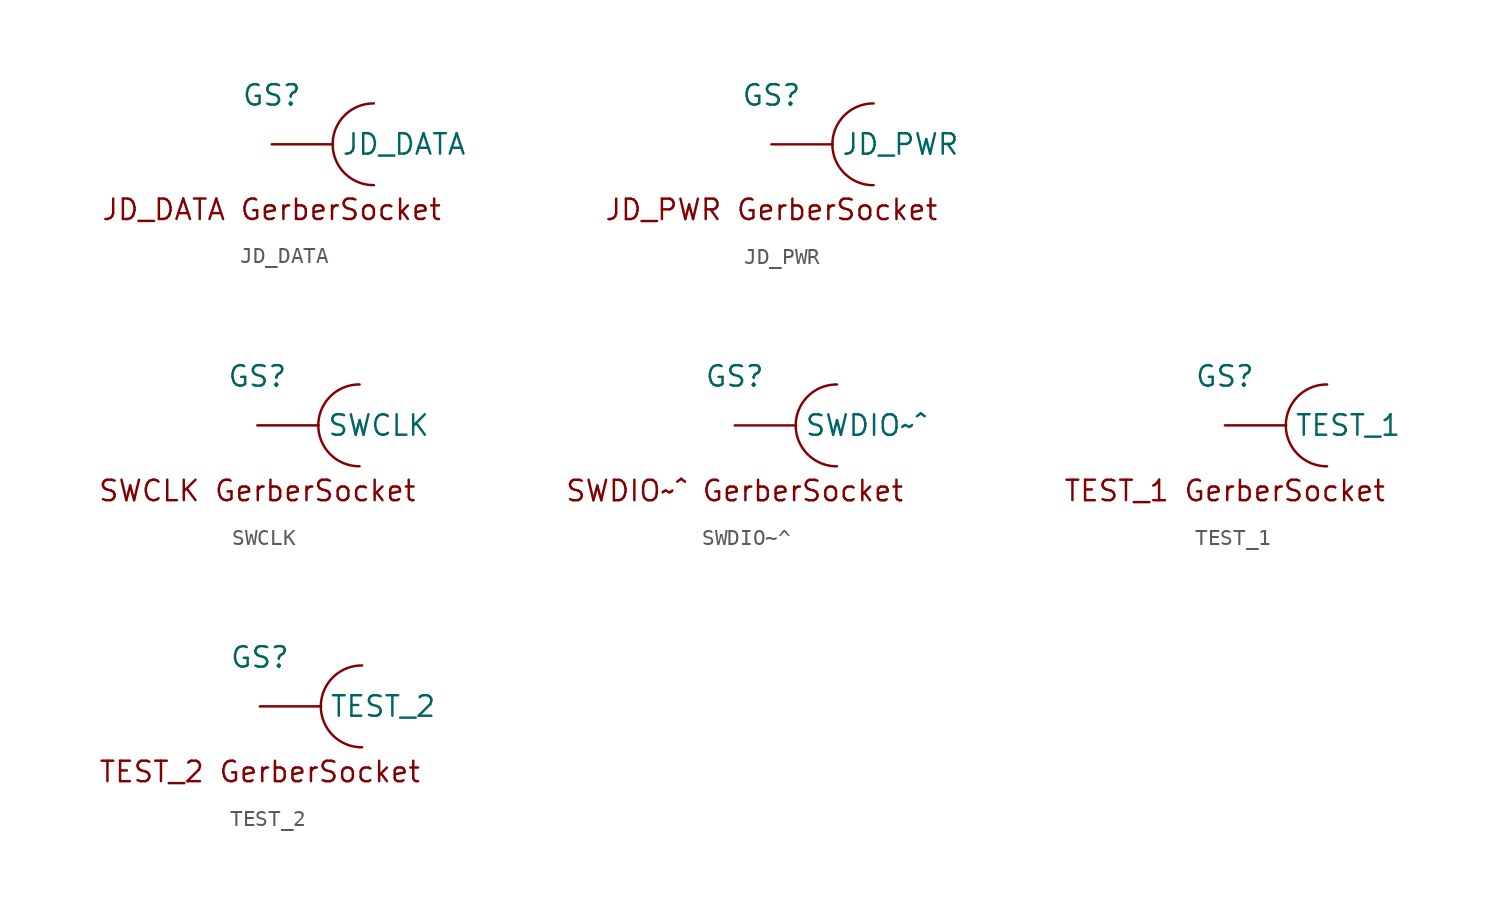
<source format=kicad_sym>
(kicad_symbol_lib
  (version 20241209)
  (generator "GerberSockets_generator")
  (generator_version "0.1")
  (symbol "JD_DATA"
    (pin_numbers
      (hide yes))
    (property "Reference" "GS"
      (at 0 3.048 0)
      (do_not_autoplace)
      (effects (font (size 1.27 1.27))))
    (symbol "JD_DATA_0_1"
      (arc (start 6.35 -2.54) (mid 3.7874 0) (end 6.35 2.54) (stroke (width 0) (type default)) (fill (type none))))
    (symbol "JD_DATA_1_1"
      (text "JD_DATA GerberSocket" (at 0 -4.064 0) (effects (font (size 1.27 1.27))))
      (pin bidirectional line (at 0 0 0) (length 3.81) (name "JD_DATA" (effects (font (size 1.27 1.27)))) (number "1" (effects (font (size 1.27 1.27)))))))
  (symbol "JD_PWR"
    (pin_numbers
      (hide yes))
    (property "Reference" "GS"
      (at 0 3.048 0)
      (do_not_autoplace)
      (effects (font (size 1.27 1.27))))
    (symbol "JD_PWR_0_1"
      (arc (start 6.35 -2.54) (mid 3.7874 0) (end 6.35 2.54) (stroke (width 0) (type default)) (fill (type none))))
    (symbol "JD_PWR_1_1"
      (text "JD_PWR GerberSocket" (at 0 -4.064 0) (effects (font (size 1.27 1.27))))
      (pin bidirectional line (at 0 0 0) (length 3.81) (name "JD_PWR" (effects (font (size 1.27 1.27)))) (number "1" (effects (font (size 1.27 1.27)))))))
  (symbol "SWCLK"
    (pin_numbers
      (hide yes))
    (property "Reference" "GS"
      (at 0 3.048 0)
      (do_not_autoplace)
      (effects (font (size 1.27 1.27))))
    (symbol "SWCLK_0_1"
      (arc (start 6.35 -2.54) (mid 3.7874 0) (end 6.35 2.54) (stroke (width 0) (type default)) (fill (type none))))
    (symbol "SWCLK_1_1"
      (text "SWCLK GerberSocket" (at 0 -4.064 0) (effects (font (size 1.27 1.27))))
      (pin bidirectional line (at 0 0 0) (length 3.81) (name "SWCLK" (effects (font (size 1.27 1.27)))) (number "1" (effects (font (size 1.27 1.27)))))))
  (symbol "SWDIO~^"
    (pin_numbers
      (hide yes))
    (property "Reference" "GS"
      (at 0 3.048 0)
      (do_not_autoplace)
      (effects (font (size 1.27 1.27))))
    (symbol "SWDIO~^_0_1"
      (arc (start 6.35 -2.54) (mid 3.7874 0) (end 6.35 2.54) (stroke (width 0) (type default)) (fill (type none))))
    (symbol "SWDIO~^_1_1"
      (text "SWDIO~^ GerberSocket" (at 0 -4.064 0) (effects (font (size 1.27 1.27))))
      (pin bidirectional line (at 0 0 0) (length 3.81) (name "SWDIO~^" (effects (font (size 1.27 1.27)))) (number "1" (effects (font (size 1.27 1.27)))))))
  (symbol "TEST_1"
    (pin_numbers
      (hide yes))
    (property "Reference" "GS"
      (at 0 3.048 0)
      (do_not_autoplace)
      (effects (font (size 1.27 1.27))))
    (symbol "TEST_1_0_1"
      (arc (start 6.35 -2.54) (mid 3.7874 0) (end 6.35 2.54) (stroke (width 0) (type default)) (fill (type none))))
    (symbol "TEST_1_1_1"
      (text "TEST_1 GerberSocket" (at 0 -4.064 0) (effects (font (size 1.27 1.27))))
      (pin bidirectional line (at 0 0 0) (length 3.81) (name "TEST_1" (effects (font (size 1.27 1.27)))) (number "1" (effects (font (size 1.27 1.27)))))))
  (symbol "TEST_2"
    (pin_numbers
      (hide yes))
    (property "Reference" "GS"
      (at 0 3.048 0)
      (do_not_autoplace)
      (effects (font (size 1.27 1.27))))
    (symbol "TEST_2_0_1"
      (arc (start 6.35 -2.54) (mid 3.7874 0) (end 6.35 2.54) (stroke (width 0) (type default)) (fill (type none))))
    (symbol "TEST_2_1_1"
      (text "TEST_2 GerberSocket" (at 0 -4.064 0) (effects (font (size 1.27 1.27))))
      (pin bidirectional line (at 0 0 0) (length 3.81) (name "TEST_2" (effects (font (size 1.27 1.27)))) (number "1" (effects (font (size 1.27 1.27))))))))
</source>
